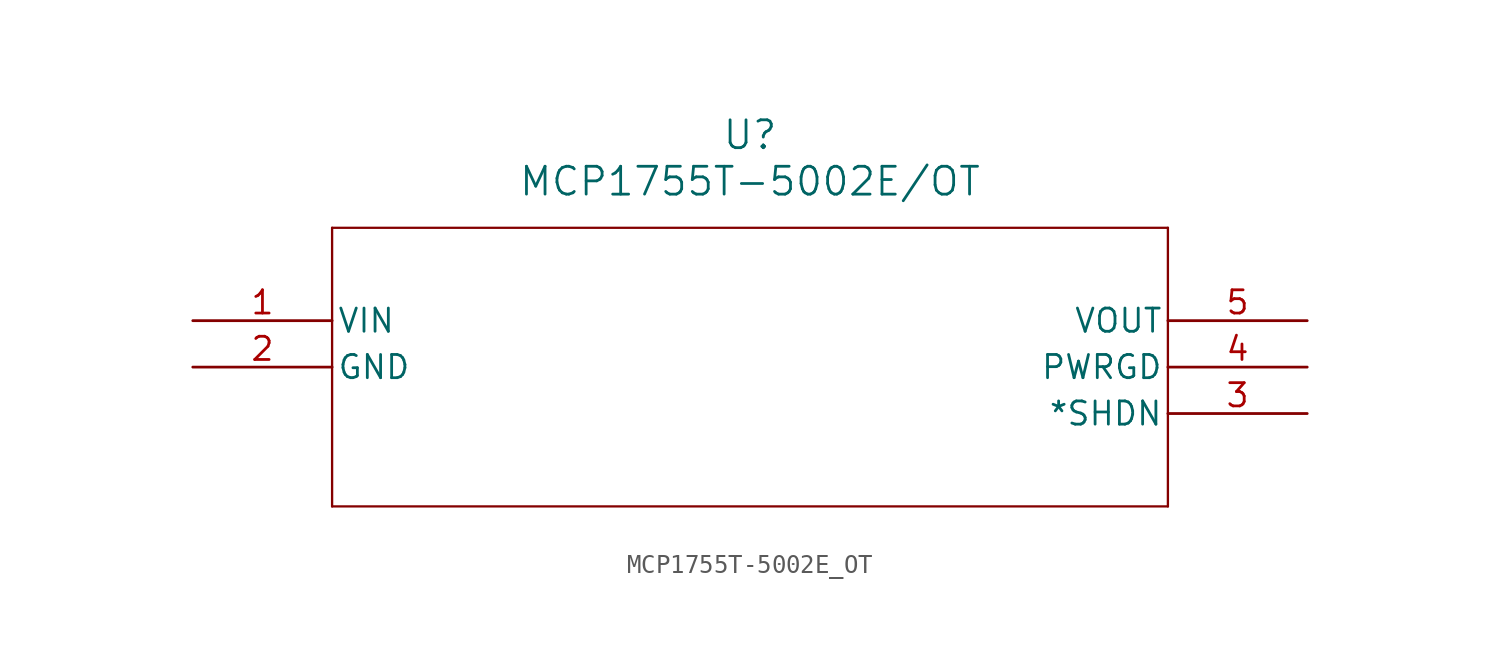
<source format=kicad_sym>
(kicad_symbol_lib
  (version 20211014)
  (generator kicad_symbol_editor)
  (symbol "MCP1755T-5002E_OT"
    (pin_names
      (offset 0.254))
    (property "Reference" "U"
      (at 30.48 10.16 0)
      (effects (font (size 1.524 1.524))))
    (property "Value" "MCP1755T-5002E/OT"
      (at 30.48 7.62 0)
      (effects (font (size 1.524 1.524))))
    (symbol "MCP1755T-5002E_OT_0_1"
      (polyline (pts (xy 7.62 5.08) (xy 7.62 -10.16)) (stroke (width 0.127) (type default) (color 0 0 0 0)) (fill (type none)))
      (polyline (pts (xy 7.62 -10.16) (xy 53.34 -10.16)) (stroke (width 0.127) (type default) (color 0 0 0 0)) (fill (type none)))
      (polyline (pts (xy 53.34 -10.16) (xy 53.34 5.08)) (stroke (width 0.127) (type default) (color 0 0 0 0)) (fill (type none)))
      (polyline (pts (xy 53.34 5.08) (xy 7.62 5.08)) (stroke (width 0.127) (type default) (color 0 0 0 0)) (fill (type none)))
      (pin input line (at 0 0 0) (length 7.62) (name "VIN" (effects (font (size 1.27 1.27)))) (number "1" (effects (font (size 1.27 1.27)))))
      (pin power_in line (at 0 -2.54 0) (length 7.62) (name "GND" (effects (font (size 1.27 1.27)))) (number "2" (effects (font (size 1.27 1.27)))))
      (pin input line (at 60.96 -5.08 180) (length 7.62) (name "*SHDN" (effects (font (size 1.27 1.27)))) (number "3" (effects (font (size 1.27 1.27)))))
      (pin output line (at 60.96 -2.54 180) (length 7.62) (name "PWRGD" (effects (font (size 1.27 1.27)))) (number "4" (effects (font (size 1.27 1.27)))))
      (pin output line (at 60.96 0 180) (length 7.62) (name "VOUT" (effects (font (size 1.27 1.27)))) (number "5" (effects (font (size 1.27 1.27))))))))
</source>
